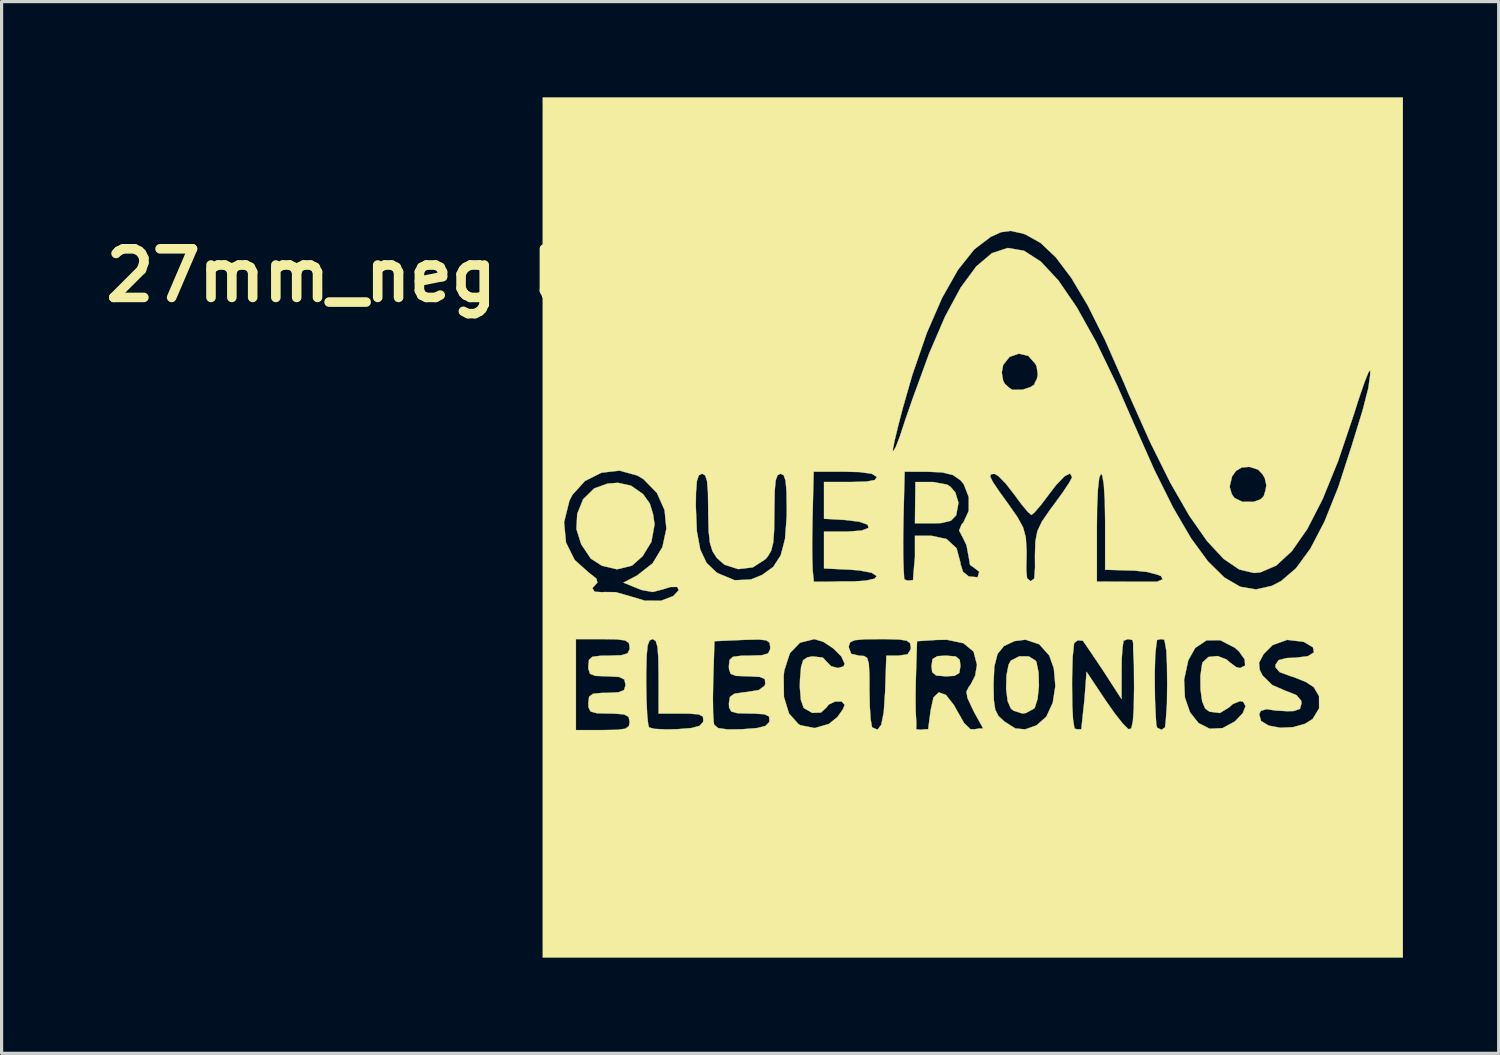
<source format=kicad_pcb>
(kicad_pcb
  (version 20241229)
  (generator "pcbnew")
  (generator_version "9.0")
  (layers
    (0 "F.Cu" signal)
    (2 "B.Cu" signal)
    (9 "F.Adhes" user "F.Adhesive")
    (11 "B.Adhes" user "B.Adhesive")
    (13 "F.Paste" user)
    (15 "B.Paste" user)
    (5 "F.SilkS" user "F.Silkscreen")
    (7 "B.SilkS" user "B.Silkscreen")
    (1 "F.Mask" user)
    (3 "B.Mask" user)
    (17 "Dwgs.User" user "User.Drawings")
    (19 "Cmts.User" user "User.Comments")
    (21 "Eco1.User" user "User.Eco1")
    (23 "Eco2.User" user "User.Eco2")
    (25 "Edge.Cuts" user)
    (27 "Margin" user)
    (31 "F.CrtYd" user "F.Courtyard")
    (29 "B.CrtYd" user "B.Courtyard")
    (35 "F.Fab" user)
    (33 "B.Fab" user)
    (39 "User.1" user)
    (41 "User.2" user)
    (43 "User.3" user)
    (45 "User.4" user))
  (footprint "27mm_neg logo"
    (layer "F.Cu")
    (at 27.442 13.483)
    (property "Reference" "27mm_neg logo" (at -18 -7.9 0) (layer "F.SilkS") (effects (font (size 1.524 1.524) (thickness 0.3))))
    (attr through_hole)
    (fp_poly (pts (xy -0.7 -1.275) (xy -0.55 -1.1) (xy -0.45 -0.775) (xy -0.523 -0.38) (xy -0.689 -0.211) (xy -0.996 -0.138) (xy -1.236 -0.13) (xy -1.814 -0.13) (xy -1.8 -1.425) (xy -1.25 -1.425) (xy -0.807 -1.344)) (stroke (width 0.01) (type solid)) (fill yes) (layer "F.SilkS"))
    (fp_poly (pts (xy -0.536 4.042) (xy -0.41 4.15) (xy -0.389 4.341) (xy -0.423 4.56) (xy -0.575 4.65) (xy -0.842 4.665) (xy -1.149 4.641) (xy -1.275 4.532) (xy -1.296 4.341) (xy -1.262 4.122) (xy -1.11 4.033) (xy -0.842 4.017) (xy -0.536 4.042)) (stroke (width 0.01) (type solid)) (fill yes) (layer "F.SilkS"))
    (fp_poly (pts (xy -10.715 -1.311) (xy -10.337 -1.047) (xy -10.125 -0.75) (xy -10.025 -0.425) (xy -9.975 -0.1) (xy -10.075 0.45) (xy -10.35 0.9) (xy -10.686 1.197) (xy -11.151 1.311) (xy -11.625 1.2) (xy -11.975 0.975) (xy -12.275 0.525) (xy -12.425 0.05) (xy -12.4 -0.425) (xy -12.216 -0.884) (xy -11.867 -1.225) (xy -11.45 -1.375) (xy -11.125 -1.4) (xy -10.715 -1.311)) (stroke (width 0.01) (type solid)) (fill yes) (layer "F.SilkS"))
    (fp_poly (pts (xy 1.755 4.041) (xy 1.97 4.176) (xy 1.995 4.222) (xy 2.061 4.55) (xy 2.071 4.966) (xy 2.031 5.364) (xy 1.946 5.638) (xy 1.918 5.676) (xy 1.663 5.815) (xy 1.555 5.832) (xy 1.283 5.745) (xy 1.192 5.676) (xy 1.09 5.437) (xy 1.044 5.054) (xy 1.055 4.638) (xy 1.122 4.297) (xy 1.192 4.173) (xy 1.456 4.038) (xy 1.755 4.041)) (stroke (width 0.01) (type solid)) (fill yes) (layer "F.SilkS"))
    (fp_poly (pts (xy 13.478 13.478) (xy -13.478 13.478) (xy -13.478 3.499) (xy -12.441 3.499) (xy -12.441 6.35) (xy -11.598 6.35) (xy -11.143 6.342) (xy -10.888 6.306) (xy -10.779 6.224) (xy -10.756 6.091) (xy -10.79 5.935) (xy -10.935 5.858) (xy -11.254 5.833) (xy -11.404 5.832) (xy -11.789 5.821) (xy -11.98 5.768) (xy -12.046 5.638) (xy -12.052 5.508) (xy -12.028 5.308) (xy -11.909 5.213) (xy -11.626 5.185) (xy -11.469 5.184) (xy -11.104 5.167) (xy -10.932 5.096) (xy -10.886 4.943) (xy -10.886 4.924) (xy -10.906 4.838) (xy -10.238 4.838) (xy -10.229 5.404) (xy -10.207 5.871) (xy -10.174 6.179) (xy -10.146 6.269) (xy -9.977 6.312) (xy -9.631 6.33) (xy -9.272 6.323) (xy -8.817 6.286) (xy -8.565 6.217) (xy -8.458 6.098) (xy -8.448 6.058) (xy -8.459 5.928) (xy -8.592 5.859) (xy -8.902 5.834) (xy -9.127 5.832) (xy -9.849 5.832) (xy -9.849 5.338) (xy -8.147 5.338) (xy -8.141 5.802) (xy -8.121 6.11) (xy -8.106 6.185) (xy -7.983 6.287) (xy -7.687 6.33) (xy -7.228 6.324) (xy -6.764 6.287) (xy -6.503 6.222) (xy -6.389 6.11) (xy -6.374 6.058) (xy -6.387 5.923) (xy -6.529 5.855) (xy -6.858 5.832) (xy -6.988 5.832) (xy -7.377 5.821) (xy -7.572 5.769) (xy -7.639 5.643) (xy -7.646 5.515) (xy -7.614 5.312) (xy -7.473 5.21) (xy -7.152 5.163) (xy -7.096 5.159) (xy -6.71 5.096) (xy -6.529 4.964) (xy -6.504 4.892) (xy -6.519 4.751) (xy -6.673 4.684) (xy -7.024 4.665) (xy -7.053 4.665) (xy -7.417 4.652) (xy -7.451 4.64) (xy -5.929 4.64) (xy -5.921 5.311) (xy -5.762 5.83) (xy -5.465 6.163) (xy -5.401 6.199) (xy -4.956 6.287) (xy -4.511 6.159) (xy -4.244 5.941) (xy -4.075 5.703) (xy -4.017 5.558) (xy -4.112 5.453) (xy -4.317 5.456) (xy -4.516 5.549) (xy -4.583 5.637) (xy -4.76 5.801) (xy -5.034 5.811) (xy -5.288 5.666) (xy -5.305 5.648) (xy -5.389 5.407) (xy -5.423 5.003) (xy -5.418 4.773) (xy -5.384 4.371) (xy -5.318 4.159) (xy -5.183 4.069) (xy -5.021 4.041) (xy -4.7 4.078) (xy -4.586 4.203) (xy -4.44 4.35) (xy -4.224 4.405) (xy -4.052 4.354) (xy -4.017 4.271) (xy -4.122 4.041) (xy -4.377 3.788) (xy -4.421 3.758) (xy -3.888 3.758) (xy -3.812 3.961) (xy -3.564 4.017) (xy -3.406 4.028) (xy -3.31 4.094) (xy -3.26 4.267) (xy -3.242 4.599) (xy -3.24 5.097) (xy -3.23 5.604) (xy -3.203 6.007) (xy -3.165 6.239) (xy -3.151 6.266) (xy -2.989 6.339) (xy -2.871 6.185) (xy -2.792 5.792) (xy -2.762 5.338) (xy -1.796 5.338) (xy -1.79 5.804) (xy -1.77 6.113) (xy -1.775 6.325) (xy -1.631 6.341) (xy -1.5 6.325) (xy -1.4 6.325) (xy -1.321 5.724) (xy -1.234 5.328) (xy -1.066 5.168) (xy -0.844 5.247) (xy -0.593 5.566) (xy -0.523 5.693) (xy -0.275 6.128) (xy -0.075 6.322) (xy 0.05 6.325) (xy 0.2 6.3) (xy 0.325 6.3) (xy 0.049 5.804) (xy -0.01 5.683) (xy -0.167 5.348) (xy -0.201 5.147) (xy -0.122 4.99) (xy -0.074 4.934) (xy -0.069 4.924) (xy 0.648 4.924) (xy 0.658 5.409) (xy 0.702 5.711) (xy 0.803 5.909) (xy 0.985 6.078) (xy 0.989 6.081) (xy 1.332 6.299) (xy 1.64 6.328) (xy 1.996 6.203) (xy 2.303 5.932) (xy 2.505 5.494) (xy 2.588 4.962) (xy 2.584 4.926) (xy 3.11 4.926) (xy 3.117 5.585) (xy 3.141 6.016) (xy 3.186 6.3) (xy 3.254 6.321) (xy 3.275 6.325) (xy 3.4 6.325) (xy 3.456 5.789) (xy 3.499 5.394) (xy 3.564 4.522) (xy 4.147 5.398) (xy 4.438 5.813) (xy 4.693 6.138) (xy 4.866 6.312) (xy 4.892 6.322) (xy 4.966 6.3) (xy 5.016 6.078) (xy 5.044 5.685) (xy 5.054 5.071) (xy 5.054 4.935) (xy 5.053 4.838) (xy 5.702 4.838) (xy 5.71 5.403) (xy 5.731 5.869) (xy 5.75 6.175) (xy 5.775 6.275) (xy 5.915 6.342) (xy 6.025 6.265) (xy 6.05 6.025) (xy 6.084 5.537) (xy 6.091 4.924) (xy 6.09 4.777) (xy 6.621 4.777) (xy 6.648 5.332) (xy 6.808 5.795) (xy 7.075 6.131) (xy 7.424 6.308) (xy 7.827 6.289) (xy 8.212 6.081) (xy 8.457 5.826) (xy 8.549 5.6) (xy 8.472 5.461) (xy 8.375 5.443) (xy 8.147 5.534) (xy 8.035 5.637) (xy 7.745 5.814) (xy 7.419 5.774) (xy 7.283 5.676) (xy 7.188 5.451) (xy 7.136 5.075) (xy 7.133 4.654) (xy 7.184 4.293) (xy 7.206 4.222) (xy 7.387 4.058) (xy 7.675 4.03) (xy 7.957 4.139) (xy 8.035 4.212) (xy 8.255 4.376) (xy 8.375 4.406) (xy 8.535 4.328) (xy 8.528 4.239) (xy 8.971 4.239) (xy 8.991 4.461) (xy 9.079 4.637) (xy 9.381 4.936) (xy 9.784 5.112) (xy 10.144 5.253) (xy 10.292 5.43) (xy 10.303 5.512) (xy 10.252 5.686) (xy 10.056 5.754) (xy 9.849 5.758) (xy 9.486 5.737) (xy 9.22 5.697) (xy 9.209 5.694) (xy 9.027 5.747) (xy 8.975 5.851) (xy 9.034 6.066) (xy 9.276 6.21) (xy 9.633 6.277) (xy 10.035 6.26) (xy 10.414 6.153) (xy 10.65 6.004) (xy 10.853 5.67) (xy 10.851 5.286) (xy 10.685 5.002) (xy 10.434 4.84) (xy 10.061 4.69) (xy 9.965 4.662) (xy 9.616 4.533) (xy 9.486 4.381) (xy 9.487 4.302) (xy 9.585 4.157) (xy 9.843 4.092) (xy 10.111 4.082) (xy 10.504 4.034) (xy 10.693 3.913) (xy 10.66 3.755) (xy 10.389 3.594) (xy 10.353 3.581) (xy 9.849 3.522) (xy 9.394 3.687) (xy 9.113 3.97) (xy 8.971 4.239) (xy 8.528 4.239) (xy 8.52 4.135) (xy 8.344 3.886) (xy 8.212 3.768) (xy 7.753 3.532) (xy 7.325 3.538) (xy 6.97 3.776) (xy 6.752 4.164) (xy 6.621 4.777) (xy 6.09 4.777) (xy 6.085 4.286) (xy 6.065 3.866) (xy 6.024 3.623) (xy 6 3.515) (xy 5.896 3.499) (xy 5.775 3.525) (xy 5.749 3.695) (xy 5.717 4.004) (xy 5.703 4.509) (xy 5.702 4.838) (xy 5.053 4.838) (xy 5.049 4.294) (xy 5.028 3.872) (xy 5.025 3.625) (xy 5 3.525) (xy 4.86 3.499) (xy 4.725 3.55) (xy 4.695 3.741) (xy 4.667 4.113) (xy 4.663 4.439) (xy 4.66 5.378) (xy 4.074 4.471) (xy 3.716 3.938) (xy 3.45 3.55) (xy 3.286 3.536) (xy 3.175 3.625) (xy 3.128 4.069) (xy 3.111 4.706) (xy 3.11 4.926) (xy 2.584 4.926) (xy 2.538 4.412) (xy 2.395 4.013) (xy 2.082 3.661) (xy 1.653 3.517) (xy 1.306 3.561) (xy 0.977 3.716) (xy 0.775 3.962) (xy 0.674 4.356) (xy 0.648 4.924) (xy -0.069 4.924) (xy 0.073 4.645) (xy 0.13 4.302) (xy 0.023 3.89) (xy -0.291 3.629) (xy -0.807 3.52) (xy -1.123 3.524) (xy -1.749 3.564) (xy -1.787 4.785) (xy -1.796 5.338) (xy -2.762 5.338) (xy -2.749 5.153) (xy -2.749 5.141) (xy -2.711 4.017) (xy -2.328 4.017) (xy -2.045 3.975) (xy -1.947 3.82) (xy -1.944 3.758) (xy -1.967 3.626) (xy -2.072 3.548) (xy -2.312 3.511) (xy -2.741 3.499) (xy -2.916 3.499) (xy -3.413 3.505) (xy -3.704 3.533) (xy -3.844 3.597) (xy -3.886 3.712) (xy -3.888 3.758) (xy -4.421 3.758) (xy -4.69 3.582) (xy -4.969 3.499) (xy -5.418 3.611) (xy -5.734 3.94) (xy -5.909 4.479) (xy -5.929 4.64) (xy -7.451 4.64) (xy -7.59 4.588) (xy -7.643 4.436) (xy -7.646 4.341) (xy -7.625 4.149) (xy -7.518 4.053) (xy -7.258 4.02) (xy -6.998 4.017) (xy -6.61 4.004) (xy -6.416 3.947) (xy -6.353 3.819) (xy -6.35 3.752) (xy -6.371 3.612) (xy -6.473 3.537) (xy -6.711 3.512) (xy -7.143 3.522) (xy -7.225 3.525) (xy -8.099 3.564) (xy -8.137 4.785) (xy -8.147 5.338) (xy -9.849 5.338) (xy -9.849 4.665) (xy -9.857 4.096) (xy -9.884 3.742) (xy -9.939 3.558) (xy -10.029 3.5) (xy -10.043 3.499) (xy -10.133 3.541) (xy -10.191 3.695) (xy -10.223 4.004) (xy -10.236 4.509) (xy -10.238 4.838) (xy -10.906 4.838) (xy -10.924 4.763) (xy -11.082 4.686) (xy -11.427 4.665) (xy -11.469 4.665) (xy -11.829 4.652) (xy -11.999 4.586) (xy -12.05 4.429) (xy -12.052 4.341) (xy -12.031 4.149) (xy -11.924 4.053) (xy -11.664 4.02) (xy -11.404 4.017) (xy -11.015 4.004) (xy -10.822 3.946) (xy -10.759 3.818) (xy -10.756 3.758) (xy -10.782 3.618) (xy -10.899 3.54) (xy -11.164 3.506) (xy -11.598 3.499) (xy -12.441 3.499) (xy -13.478 3.499) (xy -13.478 -0.163) (xy -12.812 -0.163) (xy -12.752 0.471) (xy -12.48 1.019) (xy -12.035 1.417) (xy -11.8 1.6) (xy -11.766 1.73) (xy -11.782 1.743) (xy -11.926 1.902) (xy -11.852 2.015) (xy -11.599 2.029) (xy -11.566 2.023) (xy -11.19 2.028) (xy -10.821 2.132) (xy -10.283 2.294) (xy -9.771 2.296) (xy -9.388 2.149) (xy -9.219 1.967) (xy -9.264 1.863) (xy -9.484 1.866) (xy -9.697 1.934) (xy -10.033 2.022) (xy -10.372 1.961) (xy -10.511 1.909) (xy -10.951 1.728) (xy -10.524 1.506) (xy -10.036 1.123) (xy -9.73 0.615) (xy -9.605 0.039) (xy -9.662 -0.546) (xy -9.716 -0.667) (xy -8.683 -0.667) (xy -8.65 0.12) (xy -8.542 0.697) (xy -8.346 1.109) (xy -8.046 1.398) (xy -7.985 1.437) (xy -7.463 1.654) (xy -6.956 1.63) (xy -6.605 1.488) (xy -6.256 1.236) (xy -6.022 0.875) (xy -5.901 0.417) (xy -5.035 0.417) (xy -5.033 0.949) (xy -5.02 1.335) (xy -4.984 1.7) (xy -4.866 1.702) (xy -4.5 1.7) (xy -4.138 1.692) (xy -3.712 1.693) (xy -3.336 1.663) (xy -3.08 1.604) (xy -3.012 1.523) (xy -3.173 1.419) (xy -3.55 1.347) (xy -3.866 1.322) (xy -4.665 1.284) (xy -4.665 0.418) (xy -2.184 0.418) (xy -2.181 0.952) (xy -2.167 1.34) (xy -2.15 1.625) (xy -2.046 1.665) (xy -1.875 1.65) (xy -1.851 1.333) (xy -1.815 0.942) (xy -1.814 0.899) (xy -1.814 0.259) (xy -1.303 0.259) (xy -0.824 0.361) (xy -0.51 0.651) (xy -0.389 1.1) (xy -0.389 1.134) (xy -0.309 1.387) (xy -0.127 1.536) (xy 0.05 1.55) (xy 0.15 1.562) (xy 0.2 1.387) (xy 0.025 1.25) (xy -0.087 1.174) (xy -0.13 0.921) (xy -0.198 0.555) (xy -0.314 0.316) (xy -0.43 0.095) (xy -0.354 -0.092) (xy -0.294 -0.162) (xy -0.129 -0.517) (xy -0.128 -0.954) (xy -0.285 -1.357) (xy -0.381 -1.475) (xy -0.557 -1.599) (xy 0.543 -1.599) (xy 0.624 -1.432) (xy 0.827 -1.13) (xy 1.102 -0.75) (xy 1.403 -0.319) (xy 1.577 0.002) (xy 1.66 0.309) (xy 1.684 0.697) (xy 1.685 0.868) (xy 1.675 1.325) (xy 1.7 1.591) (xy 1.814 1.685) (xy 1.925 1.6) (xy 1.95 1.25) (xy 1.947 0.875) (xy 1.961 0.435) (xy 2.023 0.113) (xy 2.074 0.005) (xy 3.888 0.005) (xy 3.888 1.696) (xy 4.9 1.7) (xy 5.375 1.7) (xy 5.775 1.7) (xy 5.95 1.625) (xy 5.9 1.525) (xy 5.775 1.475) (xy 5.459 1.393) (xy 5.05 1.35) (xy 5 1.35) (xy 4.147 1.325) (xy 4.147 -0.2) (xy 4.136 -0.862) (xy 4.105 -1.348) (xy 4.058 -1.628) (xy 4.017 -1.685) (xy 3.962 -1.56) (xy 3.921 -1.202) (xy 3.895 -0.639) (xy 3.888 0.005) (xy 2.074 0.005) (xy 2.167 -0.19) (xy 2.43 -0.57) (xy 2.53 -0.703) (xy 2.811 -1.088) (xy 3.017 -1.397) (xy 3.109 -1.568) (xy 3.11 -1.578) (xy 3.047 -1.693) (xy 2.871 -1.603) (xy 2.604 -1.323) (xy 2.385 -1.037) (xy 2.128 -0.697) (xy 1.926 -0.464) (xy 1.835 -0.392) (xy 1.721 -0.491) (xy 1.511 -0.745) (xy 1.296 -1.037) (xy 1.03 -1.378) (xy 0.801 -1.612) (xy 0.68 -1.682) (xy 0.568 -1.669) (xy 0.543 -1.599) (xy -0.557 -1.599) (xy -0.62 -1.643) (xy -0.958 -1.726) (xy -1.393 -1.746) (xy -2.138 -1.749) (xy -2.175 -0.202) (xy -2.184 0.418) (xy -4.665 0.418) (xy -4.665 0.13) (xy -3.942 0.13) (xy -3.484 0.096) (xy -3.27 0.015) (xy -3.295 -0.087) (xy -3.555 -0.18) (xy -3.995 -0.234) (xy -4.665 -0.273) (xy -4.665 -1.426) (xy -3.812 -1.426) (xy -3.33 -1.44) (xy -3.073 -1.488) (xy -3.01 -1.577) (xy -3.013 -1.587) (xy -3.167 -1.684) (xy -3.556 -1.737) (xy -4.028 -1.749) (xy -4.989 -1.749) (xy -5.026 -0.202) (xy -5.035 0.417) (xy -5.901 0.417) (xy -5.887 0.363) (xy -5.834 -0.345) (xy -5.832 -0.577) (xy -5.84 -1.129) (xy -5.87 -1.468) (xy -5.929 -1.638) (xy -6.026 -1.685) (xy -6.12 -1.64) (xy -6.179 -1.476) (xy -6.21 -1.149) (xy -6.22 -0.614) (xy -6.22 -0.494) (xy -6.228 0.088) (xy -6.257 0.475) (xy -6.321 0.73) (xy -6.432 0.915) (xy -6.502 0.996) (xy -6.896 1.25) (xy -7.353 1.305) (xy -7.786 1.165) (xy -8.025 0.954) (xy -8.16 0.743) (xy -8.241 0.481) (xy -8.282 0.103) (xy -8.294 -0.459) (xy -8.294 -0.536) (xy -8.302 -1.1) (xy -8.33 -1.45) (xy -8.386 -1.63) (xy -8.478 -1.684) (xy -8.488 -1.685) (xy -8.589 -1.635) (xy -8.649 -1.456) (xy -8.677 -1.101) (xy -8.683 -0.667) (xy -9.716 -0.667) (xy -9.901 -1.082) (xy -10.322 -1.513) (xy -10.511 -1.627) (xy -11.07 -1.782) (xy -11.641 -1.717) (xy -12.157 -1.457) (xy -12.549 -1.027) (xy -12.646 -0.836) (xy -12.812 -0.163) (xy -13.478 -0.163) (xy -13.478 -2.376) (xy -2.505 -2.376) (xy -2.416 -2.522) (xy -2.284 -2.864) (xy -2.124 -3.355) (xy -1.918 -3.946) (xy -1.884 -4.046) (xy -1.586 -4.86) (xy 0.907 -4.86) (xy 0.95 -4.6) (xy 1.003 -4.502) (xy 1.15 -4.37) (xy 1.243 -4.314) (xy 1.559 -4.318) (xy 1.805 -4.4) (xy 1.925 -4.475) (xy 1.95 -4.55) (xy 2.005 -4.65) (xy 2.037 -4.782) (xy 2.001 -5.041) (xy 1.967 -5.119) (xy 1.74 -5.379) (xy 1.441 -5.448) (xy 1.151 -5.347) (xy 0.951 -5.096) (xy 0.907 -4.86) (xy -1.586 -4.86) (xy -1.37 -5.452) (xy -0.87 -6.611) (xy -0.379 -7.522) (xy 0.109 -8.184) (xy 0.598 -8.597) (xy 1.094 -8.761) (xy 1.603 -8.674) (xy 2.129 -8.335) (xy 2.679 -7.746) (xy 3.257 -6.903) (xy 3.868 -5.808) (xy 4.519 -4.46) (xy 5.053 -3.24) (xy 5.69 -1.803) (xy 6.284 -0.611) (xy 6.842 0.342) (xy 7.373 1.066) (xy 7.884 1.568) (xy 8.382 1.858) (xy 8.876 1.942) (xy 9.373 1.83) (xy 9.661 1.681) (xy 10.129 1.28) (xy 10.581 0.662) (xy 11.021 -0.182) (xy 11.454 -1.262) (xy 11.883 -2.585) (xy 12.217 -3.671) (xy 12.395 -4.362) (xy 12.455 -4.788) (xy 12.457 -4.93) (xy 12.401 -4.865) (xy 12.28 -4.563) (xy 12.096 -4.028) (xy 11.937 -3.528) (xy 11.449 -2.082) (xy 10.965 -0.891) (xy 10.482 0.05) (xy 9.998 0.743) (xy 9.51 1.194) (xy 9.015 1.406) (xy 8.812 1.426) (xy 8.35 1.316) (xy 7.86 0.983) (xy 7.339 0.423) (xy 6.784 -0.37) (xy 6.209 -1.369) (xy 8.07 -1.369) (xy 8.05 -1.275) (xy 8.115 -1.049) (xy 8.2 -0.925) (xy 8.448 -0.805) (xy 8.799 -0.803) (xy 9.001 -0.875) (xy 9.075 -0.933) (xy 9.125 -1) (xy 9.175 -1.175) (xy 9.2 -1.325) (xy 9.15 -1.55) (xy 9.075 -1.675) (xy 9.025 -1.725) (xy 8.944 -1.812) (xy 8.675 -1.9) (xy 8.433 -1.882) (xy 8.25 -1.775) (xy 8.187 -1.687) (xy 8.125 -1.6) (xy 8.07 -1.369) (xy 6.209 -1.369) (xy 6.19 -1.402) (xy 5.556 -2.677) (xy 4.876 -4.2) (xy 4.734 -4.536) (xy 4.148 -5.866) (xy 3.603 -6.956) (xy 3.09 -7.819) (xy 2.6 -8.469) (xy 2.124 -8.919) (xy 1.651 -9.184) (xy 1.556 -9.216) (xy 1.188 -9.296) (xy 0.885 -9.256) (xy 0.56 -9.11) (xy 0.043 -8.716) (xy -0.467 -8.074) (xy -0.964 -7.197) (xy -1.442 -6.098) (xy -1.895 -4.787) (xy -2.192 -3.755) (xy -2.338 -3.195) (xy -2.446 -2.748) (xy -2.505 -2.46) (xy -2.505 -2.376) (xy -13.478 -2.376) (xy -13.478 -13.478) (xy 13.478 -13.478) (xy 13.478 13.478)) (stroke (width 0.01) (type solid)) (fill yes) (layer "F.SilkS")))
  (gr_rect
    (start -3 -3)
    (end 43.924 29.965)
    (stroke (width 0.1) (type default))
    (fill no)
    (layer "Edge.Cuts")))
</source>
